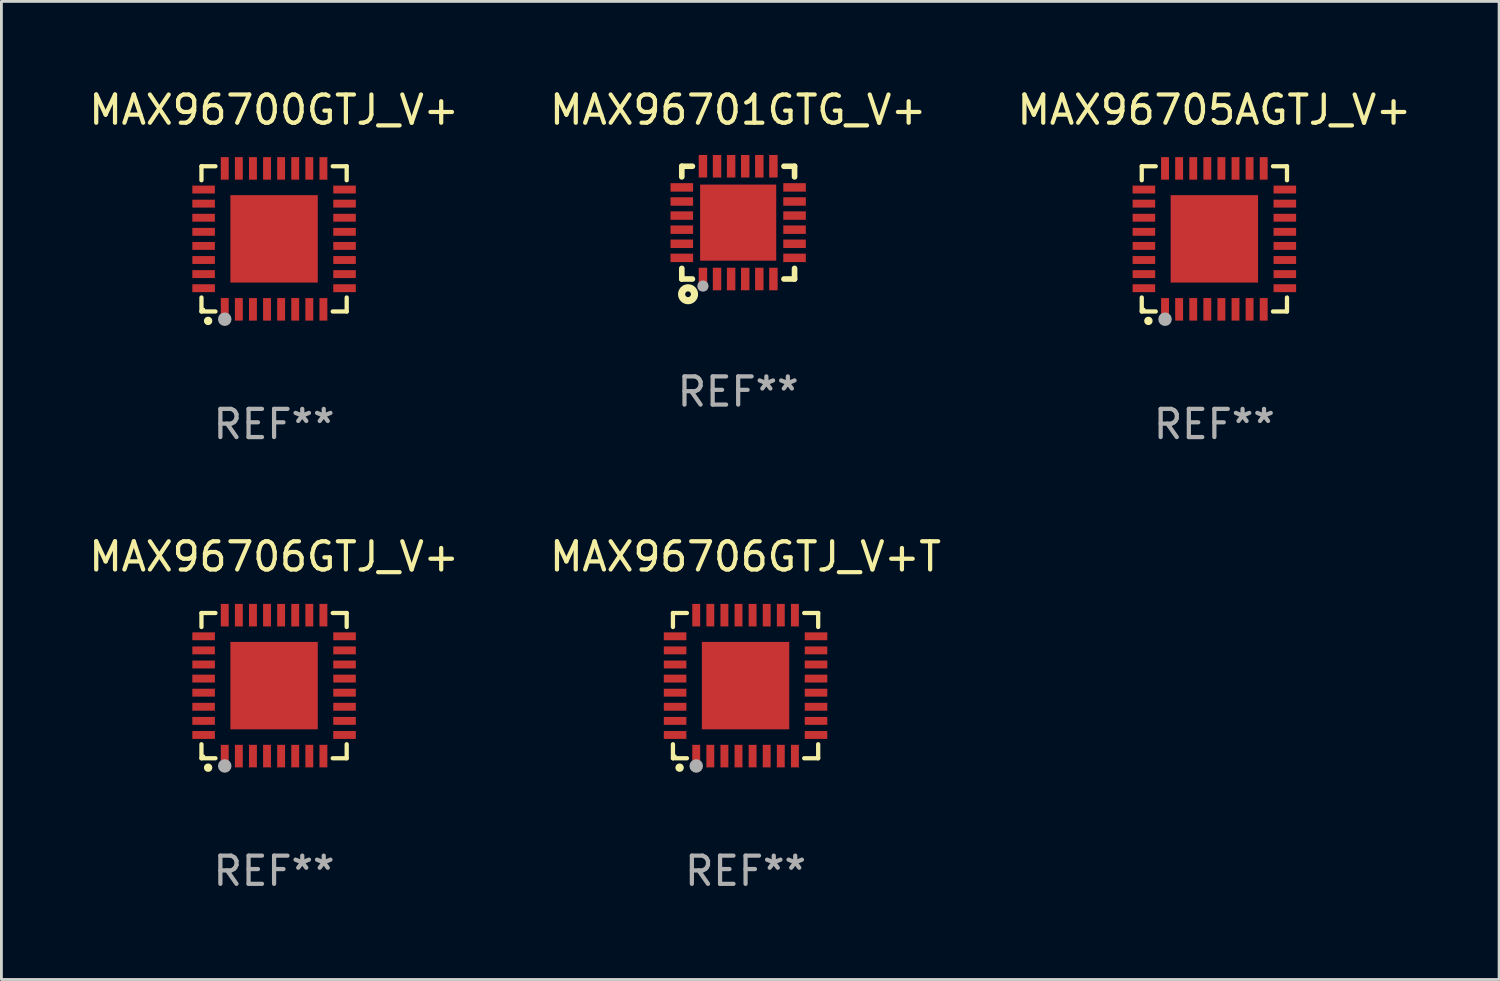
<source format=kicad_pcb>
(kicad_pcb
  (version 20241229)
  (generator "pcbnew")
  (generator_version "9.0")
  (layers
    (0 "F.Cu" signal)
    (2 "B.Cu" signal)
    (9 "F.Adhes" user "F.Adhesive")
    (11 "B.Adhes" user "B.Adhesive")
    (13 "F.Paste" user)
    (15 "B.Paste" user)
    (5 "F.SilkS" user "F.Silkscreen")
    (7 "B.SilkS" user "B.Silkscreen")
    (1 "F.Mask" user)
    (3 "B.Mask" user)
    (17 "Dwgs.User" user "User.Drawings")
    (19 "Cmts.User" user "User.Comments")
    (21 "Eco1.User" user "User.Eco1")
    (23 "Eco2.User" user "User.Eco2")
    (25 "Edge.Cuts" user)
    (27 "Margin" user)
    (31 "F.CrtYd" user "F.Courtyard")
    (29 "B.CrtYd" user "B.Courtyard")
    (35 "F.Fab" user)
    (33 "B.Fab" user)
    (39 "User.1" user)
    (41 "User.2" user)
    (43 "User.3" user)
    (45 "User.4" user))
  (footprint "MAX96705AGTJ_V+"
    (layer "F.Cu")
    (at 40.03 5.424)
    (property "Reference" "MAX96705AGTJ_V+" (at 0 -4.576 0) (layer "F.SilkS") (effects (font (size 1 1) (thickness 0.15))))
    (attr through_hole)
    (fp_line (start -2.576 -2.576) (end -2.08 -2.576) (stroke (width 0.152) (type solid)) (layer "F.SilkS"))
    (fp_line (start -2.576 -2.08) (end -2.576 -2.576) (stroke (width 0.152) (type solid)) (layer "F.SilkS"))
    (fp_line (start -2.576 2.08) (end -2.576 2.576) (stroke (width 0.152) (type solid)) (layer "F.SilkS"))
    (fp_line (start -2.576 2.576) (end -2.08 2.576) (stroke (width 0.152) (type solid)) (layer "F.SilkS"))
    (fp_line (start 2.576 -2.576) (end 2.08 -2.576) (stroke (width 0.152) (type solid)) (layer "F.SilkS"))
    (fp_line (start 2.576 -2.08) (end 2.576 -2.576) (stroke (width 0.152) (type solid)) (layer "F.SilkS"))
    (fp_line (start 2.576 2.08) (end 2.576 2.576) (stroke (width 0.152) (type solid)) (layer "F.SilkS"))
    (fp_line (start 2.576 2.576) (end 2.08 2.576) (stroke (width 0.152) (type solid)) (layer "F.SilkS"))
    (fp_circle (center -2.5 2.5) (end -2.47 2.5) (stroke (width 0.06) (type solid)) (fill no) (layer "F.SilkS"))
    (fp_circle (center -2.34 2.91) (end -2.265 2.91) (stroke (width 0.15) (type solid)) (fill no) (layer "F.SilkS"))
    (fp_circle (center -1.75 2.85) (end -1.63 2.85) (stroke (width 0.24) (type solid)) (fill no) (layer "F.Fab"))
    (fp_text user "REF**" (at 0 6.576 0) (layer "F.Fab") (effects (font (size 1 1) (thickness 0.15))))
    (pad "1" smd rect (at -1.75 2.5) (size 0.28 0.8) (layers "F.Cu" "F.Mask" "F.Paste"))
    (pad "2" smd rect (at -1.25 2.5) (size 0.28 0.8) (layers "F.Cu" "F.Mask" "F.Paste"))
    (pad "3" smd rect (at -0.75 2.5) (size 0.28 0.8) (layers "F.Cu" "F.Mask" "F.Paste"))
    (pad "4" smd rect (at -0.25 2.5) (size 0.28 0.8) (layers "F.Cu" "F.Mask" "F.Paste"))
    (pad "5" smd rect (at 0.25 2.5) (size 0.28 0.8) (layers "F.Cu" "F.Mask" "F.Paste"))
    (pad "6" smd rect (at 0.75 2.5) (size 0.28 0.8) (layers "F.Cu" "F.Mask" "F.Paste"))
    (pad "7" smd rect (at 1.25 2.5) (size 0.28 0.8) (layers "F.Cu" "F.Mask" "F.Paste"))
    (pad "8" smd rect (at 1.75 2.5) (size 0.28 0.8) (layers "F.Cu" "F.Mask" "F.Paste"))
    (pad "9" smd rect (at 2.5 1.75) (size 0.8 0.28) (layers "F.Cu" "F.Mask" "F.Paste"))
    (pad "10" smd rect (at 2.5 1.25) (size 0.8 0.28) (layers "F.Cu" "F.Mask" "F.Paste"))
    (pad "11" smd rect (at 2.5 0.75) (size 0.8 0.28) (layers "F.Cu" "F.Mask" "F.Paste"))
    (pad "12" smd rect (at 2.5 0.25) (size 0.8 0.28) (layers "F.Cu" "F.Mask" "F.Paste"))
    (pad "13" smd rect (at 2.5 -0.25) (size 0.8 0.28) (layers "F.Cu" "F.Mask" "F.Paste"))
    (pad "14" smd rect (at 2.5 -0.75) (size 0.8 0.28) (layers "F.Cu" "F.Mask" "F.Paste"))
    (pad "15" smd rect (at 2.5 -1.25) (size 0.8 0.28) (layers "F.Cu" "F.Mask" "F.Paste"))
    (pad "16" smd rect (at 2.5 -1.75) (size 0.8 0.28) (layers "F.Cu" "F.Mask" "F.Paste"))
    (pad "17" smd rect (at 1.75 -2.5) (size 0.28 0.8) (layers "F.Cu" "F.Mask" "F.Paste"))
    (pad "18" smd rect (at 1.25 -2.5) (size 0.28 0.8) (layers "F.Cu" "F.Mask" "F.Paste"))
    (pad "19" smd rect (at 0.75 -2.5) (size 0.28 0.8) (layers "F.Cu" "F.Mask" "F.Paste"))
    (pad "20" smd rect (at 0.25 -2.5) (size 0.28 0.8) (layers "F.Cu" "F.Mask" "F.Paste"))
    (pad "21" smd rect (at -0.25 -2.5) (size 0.28 0.8) (layers "F.Cu" "F.Mask" "F.Paste"))
    (pad "22" smd rect (at -0.75 -2.5) (size 0.28 0.8) (layers "F.Cu" "F.Mask" "F.Paste"))
    (pad "23" smd rect (at -1.25 -2.5) (size 0.28 0.8) (layers "F.Cu" "F.Mask" "F.Paste"))
    (pad "24" smd rect (at -1.75 -2.5) (size 0.28 0.8) (layers "F.Cu" "F.Mask" "F.Paste"))
    (pad "25" smd rect (at -2.5 -1.75) (size 0.8 0.28) (layers "F.Cu" "F.Mask" "F.Paste"))
    (pad "26" smd rect (at -2.5 -1.25) (size 0.8 0.28) (layers "F.Cu" "F.Mask" "F.Paste"))
    (pad "27" smd rect (at -2.5 -0.75) (size 0.8 0.28) (layers "F.Cu" "F.Mask" "F.Paste"))
    (pad "28" smd rect (at -2.5 -0.25) (size 0.8 0.28) (layers "F.Cu" "F.Mask" "F.Paste"))
    (pad "29" smd rect (at -2.5 0.25) (size 0.8 0.28) (layers "F.Cu" "F.Mask" "F.Paste"))
    (pad "30" smd rect (at -2.5 0.75) (size 0.8 0.28) (layers "F.Cu" "F.Mask" "F.Paste"))
    (pad "31" smd rect (at -2.5 1.25) (size 0.8 0.28) (layers "F.Cu" "F.Mask" "F.Paste"))
    (pad "32" smd rect (at -2.5 1.75) (size 0.8 0.28) (layers "F.Cu" "F.Mask" "F.Paste"))
    (pad "33" smd rect (at 0 0) (size 3.1 3.1) (layers "F.Cu" "F.Mask" "F.Paste")))
  (footprint "MAX96700GTJ_V+"
    (layer "F.Cu")
    (at 6.673 5.424)
    (property "Reference" "MAX96700GTJ_V+" (at 0 -4.576 0) (layer "F.SilkS") (effects (font (size 1 1) (thickness 0.15))))
    (attr through_hole)
    (fp_line (start -2.576 -2.576) (end -2.08 -2.576) (stroke (width 0.152) (type solid)) (layer "F.SilkS"))
    (fp_line (start -2.576 -2.08) (end -2.576 -2.576) (stroke (width 0.152) (type solid)) (layer "F.SilkS"))
    (fp_line (start -2.576 2.08) (end -2.576 2.576) (stroke (width 0.152) (type solid)) (layer "F.SilkS"))
    (fp_line (start -2.576 2.576) (end -2.08 2.576) (stroke (width 0.152) (type solid)) (layer "F.SilkS"))
    (fp_line (start 2.576 -2.576) (end 2.08 -2.576) (stroke (width 0.152) (type solid)) (layer "F.SilkS"))
    (fp_line (start 2.576 -2.08) (end 2.576 -2.576) (stroke (width 0.152) (type solid)) (layer "F.SilkS"))
    (fp_line (start 2.576 2.08) (end 2.576 2.576) (stroke (width 0.152) (type solid)) (layer "F.SilkS"))
    (fp_line (start 2.576 2.576) (end 2.08 2.576) (stroke (width 0.152) (type solid)) (layer "F.SilkS"))
    (fp_circle (center -2.5 2.5) (end -2.47 2.5) (stroke (width 0.06) (type solid)) (fill no) (layer "F.SilkS"))
    (fp_circle (center -2.34 2.91) (end -2.265 2.91) (stroke (width 0.15) (type solid)) (fill no) (layer "F.SilkS"))
    (fp_circle (center -1.75 2.85) (end -1.63 2.85) (stroke (width 0.24) (type solid)) (fill no) (layer "F.Fab"))
    (fp_text user "REF**" (at 0 6.576 0) (layer "F.Fab") (effects (font (size 1 1) (thickness 0.15))))
    (pad "1" smd rect (at -1.75 2.5) (size 0.28 0.8) (layers "F.Cu" "F.Mask" "F.Paste"))
    (pad "2" smd rect (at -1.25 2.5) (size 0.28 0.8) (layers "F.Cu" "F.Mask" "F.Paste"))
    (pad "3" smd rect (at -0.75 2.5) (size 0.28 0.8) (layers "F.Cu" "F.Mask" "F.Paste"))
    (pad "4" smd rect (at -0.25 2.5) (size 0.28 0.8) (layers "F.Cu" "F.Mask" "F.Paste"))
    (pad "5" smd rect (at 0.25 2.5) (size 0.28 0.8) (layers "F.Cu" "F.Mask" "F.Paste"))
    (pad "6" smd rect (at 0.75 2.5) (size 0.28 0.8) (layers "F.Cu" "F.Mask" "F.Paste"))
    (pad "7" smd rect (at 1.25 2.5) (size 0.28 0.8) (layers "F.Cu" "F.Mask" "F.Paste"))
    (pad "8" smd rect (at 1.75 2.5) (size 0.28 0.8) (layers "F.Cu" "F.Mask" "F.Paste"))
    (pad "9" smd rect (at 2.5 1.75) (size 0.8 0.28) (layers "F.Cu" "F.Mask" "F.Paste"))
    (pad "10" smd rect (at 2.5 1.25) (size 0.8 0.28) (layers "F.Cu" "F.Mask" "F.Paste"))
    (pad "11" smd rect (at 2.5 0.75) (size 0.8 0.28) (layers "F.Cu" "F.Mask" "F.Paste"))
    (pad "12" smd rect (at 2.5 0.25) (size 0.8 0.28) (layers "F.Cu" "F.Mask" "F.Paste"))
    (pad "13" smd rect (at 2.5 -0.25) (size 0.8 0.28) (layers "F.Cu" "F.Mask" "F.Paste"))
    (pad "14" smd rect (at 2.5 -0.75) (size 0.8 0.28) (layers "F.Cu" "F.Mask" "F.Paste"))
    (pad "15" smd rect (at 2.5 -1.25) (size 0.8 0.28) (layers "F.Cu" "F.Mask" "F.Paste"))
    (pad "16" smd rect (at 2.5 -1.75) (size 0.8 0.28) (layers "F.Cu" "F.Mask" "F.Paste"))
    (pad "17" smd rect (at 1.75 -2.5) (size 0.28 0.8) (layers "F.Cu" "F.Mask" "F.Paste"))
    (pad "18" smd rect (at 1.25 -2.5) (size 0.28 0.8) (layers "F.Cu" "F.Mask" "F.Paste"))
    (pad "19" smd rect (at 0.75 -2.5) (size 0.28 0.8) (layers "F.Cu" "F.Mask" "F.Paste"))
    (pad "20" smd rect (at 0.25 -2.5) (size 0.28 0.8) (layers "F.Cu" "F.Mask" "F.Paste"))
    (pad "21" smd rect (at -0.25 -2.5) (size 0.28 0.8) (layers "F.Cu" "F.Mask" "F.Paste"))
    (pad "22" smd rect (at -0.75 -2.5) (size 0.28 0.8) (layers "F.Cu" "F.Mask" "F.Paste"))
    (pad "23" smd rect (at -1.25 -2.5) (size 0.28 0.8) (layers "F.Cu" "F.Mask" "F.Paste"))
    (pad "24" smd rect (at -1.75 -2.5) (size 0.28 0.8) (layers "F.Cu" "F.Mask" "F.Paste"))
    (pad "25" smd rect (at -2.5 -1.75) (size 0.8 0.28) (layers "F.Cu" "F.Mask" "F.Paste"))
    (pad "26" smd rect (at -2.5 -1.25) (size 0.8 0.28) (layers "F.Cu" "F.Mask" "F.Paste"))
    (pad "27" smd rect (at -2.5 -0.75) (size 0.8 0.28) (layers "F.Cu" "F.Mask" "F.Paste"))
    (pad "28" smd rect (at -2.5 -0.25) (size 0.8 0.28) (layers "F.Cu" "F.Mask" "F.Paste"))
    (pad "29" smd rect (at -2.5 0.25) (size 0.8 0.28) (layers "F.Cu" "F.Mask" "F.Paste"))
    (pad "30" smd rect (at -2.5 0.75) (size 0.8 0.28) (layers "F.Cu" "F.Mask" "F.Paste"))
    (pad "31" smd rect (at -2.5 1.25) (size 0.8 0.28) (layers "F.Cu" "F.Mask" "F.Paste"))
    (pad "32" smd rect (at -2.5 1.75) (size 0.8 0.28) (layers "F.Cu" "F.Mask" "F.Paste"))
    (pad "33" smd rect (at 0 0) (size 3.1 3.1) (layers "F.Cu" "F.Mask" "F.Paste")))
  (footprint "MAX96706GTJ_V+T"
    (layer "F.Cu")
    (at 23.399 21.273)
    (property "Reference" "MAX96706GTJ_V+T" (at 0 -4.576 0) (layer "F.SilkS") (effects (font (size 1 1) (thickness 0.15))))
    (attr through_hole)
    (fp_line (start -2.576 -2.576) (end -2.08 -2.576) (stroke (width 0.152) (type solid)) (layer "F.SilkS"))
    (fp_line (start -2.576 -2.08) (end -2.576 -2.576) (stroke (width 0.152) (type solid)) (layer "F.SilkS"))
    (fp_line (start -2.576 2.08) (end -2.576 2.576) (stroke (width 0.152) (type solid)) (layer "F.SilkS"))
    (fp_line (start -2.576 2.576) (end -2.08 2.576) (stroke (width 0.152) (type solid)) (layer "F.SilkS"))
    (fp_line (start 2.576 -2.576) (end 2.08 -2.576) (stroke (width 0.152) (type solid)) (layer "F.SilkS"))
    (fp_line (start 2.576 -2.08) (end 2.576 -2.576) (stroke (width 0.152) (type solid)) (layer "F.SilkS"))
    (fp_line (start 2.576 2.08) (end 2.576 2.576) (stroke (width 0.152) (type solid)) (layer "F.SilkS"))
    (fp_line (start 2.576 2.576) (end 2.08 2.576) (stroke (width 0.152) (type solid)) (layer "F.SilkS"))
    (fp_circle (center -2.5 2.5) (end -2.47 2.5) (stroke (width 0.06) (type solid)) (fill no) (layer "F.SilkS"))
    (fp_circle (center -2.34 2.91) (end -2.265 2.91) (stroke (width 0.15) (type solid)) (fill no) (layer "F.SilkS"))
    (fp_circle (center -1.75 2.85) (end -1.63 2.85) (stroke (width 0.24) (type solid)) (fill no) (layer "F.Fab"))
    (fp_text user "REF**" (at 0 6.576 0) (layer "F.Fab") (effects (font (size 1 1) (thickness 0.15))))
    (pad "1" smd rect (at -1.75 2.5) (size 0.28 0.8) (layers "F.Cu" "F.Mask" "F.Paste"))
    (pad "2" smd rect (at -1.25 2.5) (size 0.28 0.8) (layers "F.Cu" "F.Mask" "F.Paste"))
    (pad "3" smd rect (at -0.75 2.5) (size 0.28 0.8) (layers "F.Cu" "F.Mask" "F.Paste"))
    (pad "4" smd rect (at -0.25 2.5) (size 0.28 0.8) (layers "F.Cu" "F.Mask" "F.Paste"))
    (pad "5" smd rect (at 0.25 2.5) (size 0.28 0.8) (layers "F.Cu" "F.Mask" "F.Paste"))
    (pad "6" smd rect (at 0.75 2.5) (size 0.28 0.8) (layers "F.Cu" "F.Mask" "F.Paste"))
    (pad "7" smd rect (at 1.25 2.5) (size 0.28 0.8) (layers "F.Cu" "F.Mask" "F.Paste"))
    (pad "8" smd rect (at 1.75 2.5) (size 0.28 0.8) (layers "F.Cu" "F.Mask" "F.Paste"))
    (pad "9" smd rect (at 2.5 1.75) (size 0.8 0.28) (layers "F.Cu" "F.Mask" "F.Paste"))
    (pad "10" smd rect (at 2.5 1.25) (size 0.8 0.28) (layers "F.Cu" "F.Mask" "F.Paste"))
    (pad "11" smd rect (at 2.5 0.75) (size 0.8 0.28) (layers "F.Cu" "F.Mask" "F.Paste"))
    (pad "12" smd rect (at 2.5 0.25) (size 0.8 0.28) (layers "F.Cu" "F.Mask" "F.Paste"))
    (pad "13" smd rect (at 2.5 -0.25) (size 0.8 0.28) (layers "F.Cu" "F.Mask" "F.Paste"))
    (pad "14" smd rect (at 2.5 -0.75) (size 0.8 0.28) (layers "F.Cu" "F.Mask" "F.Paste"))
    (pad "15" smd rect (at 2.5 -1.25) (size 0.8 0.28) (layers "F.Cu" "F.Mask" "F.Paste"))
    (pad "16" smd rect (at 2.5 -1.75) (size 0.8 0.28) (layers "F.Cu" "F.Mask" "F.Paste"))
    (pad "17" smd rect (at 1.75 -2.5) (size 0.28 0.8) (layers "F.Cu" "F.Mask" "F.Paste"))
    (pad "18" smd rect (at 1.25 -2.5) (size 0.28 0.8) (layers "F.Cu" "F.Mask" "F.Paste"))
    (pad "19" smd rect (at 0.75 -2.5) (size 0.28 0.8) (layers "F.Cu" "F.Mask" "F.Paste"))
    (pad "20" smd rect (at 0.25 -2.5) (size 0.28 0.8) (layers "F.Cu" "F.Mask" "F.Paste"))
    (pad "21" smd rect (at -0.25 -2.5) (size 0.28 0.8) (layers "F.Cu" "F.Mask" "F.Paste"))
    (pad "22" smd rect (at -0.75 -2.5) (size 0.28 0.8) (layers "F.Cu" "F.Mask" "F.Paste"))
    (pad "23" smd rect (at -1.25 -2.5) (size 0.28 0.8) (layers "F.Cu" "F.Mask" "F.Paste"))
    (pad "24" smd rect (at -1.75 -2.5) (size 0.28 0.8) (layers "F.Cu" "F.Mask" "F.Paste"))
    (pad "25" smd rect (at -2.5 -1.75) (size 0.8 0.28) (layers "F.Cu" "F.Mask" "F.Paste"))
    (pad "26" smd rect (at -2.5 -1.25) (size 0.8 0.28) (layers "F.Cu" "F.Mask" "F.Paste"))
    (pad "27" smd rect (at -2.5 -0.75) (size 0.8 0.28) (layers "F.Cu" "F.Mask" "F.Paste"))
    (pad "28" smd rect (at -2.5 -0.25) (size 0.8 0.28) (layers "F.Cu" "F.Mask" "F.Paste"))
    (pad "29" smd rect (at -2.5 0.25) (size 0.8 0.28) (layers "F.Cu" "F.Mask" "F.Paste"))
    (pad "30" smd rect (at -2.5 0.75) (size 0.8 0.28) (layers "F.Cu" "F.Mask" "F.Paste"))
    (pad "31" smd rect (at -2.5 1.25) (size 0.8 0.28) (layers "F.Cu" "F.Mask" "F.Paste"))
    (pad "32" smd rect (at -2.5 1.75) (size 0.8 0.28) (layers "F.Cu" "F.Mask" "F.Paste"))
    (pad "33" smd rect (at 0 0) (size 3.1 3.1) (layers "F.Cu" "F.Mask" "F.Paste")))
  (footprint "MAX96701GTG_V+"
    (layer "F.Cu")
    (at 23.137 4.848)
    (property "Reference" "MAX96701GTG_V+" (at 0 -4 0) (layer "F.SilkS") (effects (font (size 1 1) (thickness 0.15))))
    (attr through_hole)
    (fp_line (start -2 -2) (end -1.624 -2) (stroke (width 0.2) (type solid)) (layer "F.SilkS"))
    (fp_line (start -2 -1.624) (end -2 -2) (stroke (width 0.2) (type solid)) (layer "F.SilkS"))
    (fp_line (start -2 2) (end -2 1.624) (stroke (width 0.2) (type solid)) (layer "F.SilkS"))
    (fp_line (start -2 2) (end -1.624 2) (stroke (width 0.2) (type solid)) (layer "F.SilkS"))
    (fp_line (start 1.624 -2) (end 2 -2) (stroke (width 0.2) (type solid)) (layer "F.SilkS"))
    (fp_line (start 1.624 2) (end 2 2) (stroke (width 0.2) (type solid)) (layer "F.SilkS"))
    (fp_line (start 2 -2) (end 2 -1.624) (stroke (width 0.2) (type solid)) (layer "F.SilkS"))
    (fp_line (start 2 1.624) (end 2 2) (stroke (width 0.2) (type solid)) (layer "F.SilkS"))
    (fp_circle (center -2 2) (end -1.97 2) (stroke (width 0.06) (type solid)) (fill no) (layer "F.SilkS"))
    (fp_circle (center -1.778 2.54) (end -1.676 2.54) (stroke (width 0.254) (type solid)) (fill no) (layer "F.SilkS"))
    (fp_circle (center -1.25 2.25) (end -1.15 2.25) (stroke (width 0.2) (type solid)) (fill no) (layer "F.Fab"))
    (fp_text user "REF**" (at 0 6 0) (layer "F.Fab") (effects (font (size 1 1) (thickness 0.15))))
    (pad "1" smd rect (at -1.25 2) (size 0.3 0.8) (layers "F.Cu" "F.Mask" "F.Paste"))
    (pad "2" smd rect (at -0.75 2) (size 0.3 0.8) (layers "F.Cu" "F.Mask" "F.Paste"))
    (pad "3" smd rect (at -0.25 2) (size 0.3 0.8) (layers "F.Cu" "F.Mask" "F.Paste"))
    (pad "4" smd rect (at 0.25 2) (size 0.3 0.8) (layers "F.Cu" "F.Mask" "F.Paste"))
    (pad "5" smd rect (at 0.75 2) (size 0.3 0.8) (layers "F.Cu" "F.Mask" "F.Paste"))
    (pad "6" smd rect (at 1.25 2) (size 0.3 0.8) (layers "F.Cu" "F.Mask" "F.Paste"))
    (pad "7" smd rect (at 2 1.25 90) (size 0.3 0.8) (layers "F.Cu" "F.Mask" "F.Paste"))
    (pad "8" smd rect (at 2 0.75 90) (size 0.3 0.8) (layers "F.Cu" "F.Mask" "F.Paste"))
    (pad "9" smd rect (at 2 0.25 90) (size 0.3 0.8) (layers "F.Cu" "F.Mask" "F.Paste"))
    (pad "10" smd rect (at 2 -0.25 90) (size 0.3 0.8) (layers "F.Cu" "F.Mask" "F.Paste"))
    (pad "11" smd rect (at 2 -0.75 90) (size 0.3 0.8) (layers "F.Cu" "F.Mask" "F.Paste"))
    (pad "12" smd rect (at 2 -1.25 90) (size 0.3 0.8) (layers "F.Cu" "F.Mask" "F.Paste"))
    (pad "13" smd rect (at 1.25 -2 180) (size 0.3 0.8) (layers "F.Cu" "F.Mask" "F.Paste"))
    (pad "14" smd rect (at 0.75 -2 180) (size 0.3 0.8) (layers "F.Cu" "F.Mask" "F.Paste"))
    (pad "15" smd rect (at 0.25 -2 180) (size 0.3 0.8) (layers "F.Cu" "F.Mask" "F.Paste"))
    (pad "16" smd rect (at -0.25 -2 180) (size 0.3 0.8) (layers "F.Cu" "F.Mask" "F.Paste"))
    (pad "17" smd rect (at -0.75 -2 180) (size 0.3 0.8) (layers "F.Cu" "F.Mask" "F.Paste"))
    (pad "18" smd rect (at -1.25 -2 180) (size 0.3 0.8) (layers "F.Cu" "F.Mask" "F.Paste"))
    (pad "19" smd rect (at -2 -1.25 270) (size 0.3 0.8) (layers "F.Cu" "F.Mask" "F.Paste"))
    (pad "20" smd rect (at -2 -0.75 270) (size 0.3 0.8) (layers "F.Cu" "F.Mask" "F.Paste"))
    (pad "21" smd rect (at -2 -0.25 270) (size 0.3 0.8) (layers "F.Cu" "F.Mask" "F.Paste"))
    (pad "22" smd rect (at -2 0.25 270) (size 0.3 0.8) (layers "F.Cu" "F.Mask" "F.Paste"))
    (pad "23" smd rect (at -2 0.75 270) (size 0.3 0.8) (layers "F.Cu" "F.Mask" "F.Paste"))
    (pad "24" smd rect (at -2 1.25 270) (size 0.3 0.8) (layers "F.Cu" "F.Mask" "F.Paste"))
    (pad "25" smd rect (at 0 0) (size 2.7 2.7) (layers "F.Cu" "F.Mask" "F.Paste")))
  (footprint "MAX96706GTJ_V+"
    (layer "F.Cu")
    (at 6.673 21.273)
    (property "Reference" "MAX96706GTJ_V+" (at 0 -4.576 0) (layer "F.SilkS") (effects (font (size 1 1) (thickness 0.15))))
    (attr through_hole)
    (fp_line (start -2.576 -2.576) (end -2.08 -2.576) (stroke (width 0.152) (type solid)) (layer "F.SilkS"))
    (fp_line (start -2.576 -2.08) (end -2.576 -2.576) (stroke (width 0.152) (type solid)) (layer "F.SilkS"))
    (fp_line (start -2.576 2.08) (end -2.576 2.576) (stroke (width 0.152) (type solid)) (layer "F.SilkS"))
    (fp_line (start -2.576 2.576) (end -2.08 2.576) (stroke (width 0.152) (type solid)) (layer "F.SilkS"))
    (fp_line (start 2.576 -2.576) (end 2.08 -2.576) (stroke (width 0.152) (type solid)) (layer "F.SilkS"))
    (fp_line (start 2.576 -2.08) (end 2.576 -2.576) (stroke (width 0.152) (type solid)) (layer "F.SilkS"))
    (fp_line (start 2.576 2.08) (end 2.576 2.576) (stroke (width 0.152) (type solid)) (layer "F.SilkS"))
    (fp_line (start 2.576 2.576) (end 2.08 2.576) (stroke (width 0.152) (type solid)) (layer "F.SilkS"))
    (fp_circle (center -2.5 2.5) (end -2.47 2.5) (stroke (width 0.06) (type solid)) (fill no) (layer "F.SilkS"))
    (fp_circle (center -2.34 2.91) (end -2.265 2.91) (stroke (width 0.15) (type solid)) (fill no) (layer "F.SilkS"))
    (fp_circle (center -1.75 2.85) (end -1.63 2.85) (stroke (width 0.24) (type solid)) (fill no) (layer "F.Fab"))
    (fp_text user "REF**" (at 0 6.576 0) (layer "F.Fab") (effects (font (size 1 1) (thickness 0.15))))
    (pad "1" smd rect (at -1.75 2.5) (size 0.28 0.8) (layers "F.Cu" "F.Mask" "F.Paste"))
    (pad "2" smd rect (at -1.25 2.5) (size 0.28 0.8) (layers "F.Cu" "F.Mask" "F.Paste"))
    (pad "3" smd rect (at -0.75 2.5) (size 0.28 0.8) (layers "F.Cu" "F.Mask" "F.Paste"))
    (pad "4" smd rect (at -0.25 2.5) (size 0.28 0.8) (layers "F.Cu" "F.Mask" "F.Paste"))
    (pad "5" smd rect (at 0.25 2.5) (size 0.28 0.8) (layers "F.Cu" "F.Mask" "F.Paste"))
    (pad "6" smd rect (at 0.75 2.5) (size 0.28 0.8) (layers "F.Cu" "F.Mask" "F.Paste"))
    (pad "7" smd rect (at 1.25 2.5) (size 0.28 0.8) (layers "F.Cu" "F.Mask" "F.Paste"))
    (pad "8" smd rect (at 1.75 2.5) (size 0.28 0.8) (layers "F.Cu" "F.Mask" "F.Paste"))
    (pad "9" smd rect (at 2.5 1.75) (size 0.8 0.28) (layers "F.Cu" "F.Mask" "F.Paste"))
    (pad "10" smd rect (at 2.5 1.25) (size 0.8 0.28) (layers "F.Cu" "F.Mask" "F.Paste"))
    (pad "11" smd rect (at 2.5 0.75) (size 0.8 0.28) (layers "F.Cu" "F.Mask" "F.Paste"))
    (pad "12" smd rect (at 2.5 0.25) (size 0.8 0.28) (layers "F.Cu" "F.Mask" "F.Paste"))
    (pad "13" smd rect (at 2.5 -0.25) (size 0.8 0.28) (layers "F.Cu" "F.Mask" "F.Paste"))
    (pad "14" smd rect (at 2.5 -0.75) (size 0.8 0.28) (layers "F.Cu" "F.Mask" "F.Paste"))
    (pad "15" smd rect (at 2.5 -1.25) (size 0.8 0.28) (layers "F.Cu" "F.Mask" "F.Paste"))
    (pad "16" smd rect (at 2.5 -1.75) (size 0.8 0.28) (layers "F.Cu" "F.Mask" "F.Paste"))
    (pad "17" smd rect (at 1.75 -2.5) (size 0.28 0.8) (layers "F.Cu" "F.Mask" "F.Paste"))
    (pad "18" smd rect (at 1.25 -2.5) (size 0.28 0.8) (layers "F.Cu" "F.Mask" "F.Paste"))
    (pad "19" smd rect (at 0.75 -2.5) (size 0.28 0.8) (layers "F.Cu" "F.Mask" "F.Paste"))
    (pad "20" smd rect (at 0.25 -2.5) (size 0.28 0.8) (layers "F.Cu" "F.Mask" "F.Paste"))
    (pad "21" smd rect (at -0.25 -2.5) (size 0.28 0.8) (layers "F.Cu" "F.Mask" "F.Paste"))
    (pad "22" smd rect (at -0.75 -2.5) (size 0.28 0.8) (layers "F.Cu" "F.Mask" "F.Paste"))
    (pad "23" smd rect (at -1.25 -2.5) (size 0.28 0.8) (layers "F.Cu" "F.Mask" "F.Paste"))
    (pad "24" smd rect (at -1.75 -2.5) (size 0.28 0.8) (layers "F.Cu" "F.Mask" "F.Paste"))
    (pad "25" smd rect (at -2.5 -1.75) (size 0.8 0.28) (layers "F.Cu" "F.Mask" "F.Paste"))
    (pad "26" smd rect (at -2.5 -1.25) (size 0.8 0.28) (layers "F.Cu" "F.Mask" "F.Paste"))
    (pad "27" smd rect (at -2.5 -0.75) (size 0.8 0.28) (layers "F.Cu" "F.Mask" "F.Paste"))
    (pad "28" smd rect (at -2.5 -0.25) (size 0.8 0.28) (layers "F.Cu" "F.Mask" "F.Paste"))
    (pad "29" smd rect (at -2.5 0.25) (size 0.8 0.28) (layers "F.Cu" "F.Mask" "F.Paste"))
    (pad "30" smd rect (at -2.5 0.75) (size 0.8 0.28) (layers "F.Cu" "F.Mask" "F.Paste"))
    (pad "31" smd rect (at -2.5 1.25) (size 0.8 0.28) (layers "F.Cu" "F.Mask" "F.Paste"))
    (pad "32" smd rect (at -2.5 1.75) (size 0.8 0.28) (layers "F.Cu" "F.Mask" "F.Paste"))
    (pad "33" smd rect (at 0 0) (size 3.1 3.1) (layers "F.Cu" "F.Mask" "F.Paste")))
  (gr_rect
    (start -3 -3)
    (end 50.131 31.698)
    (stroke (width 0.1) (type default))
    (fill no)
    (layer "Edge.Cuts")))
</source>
